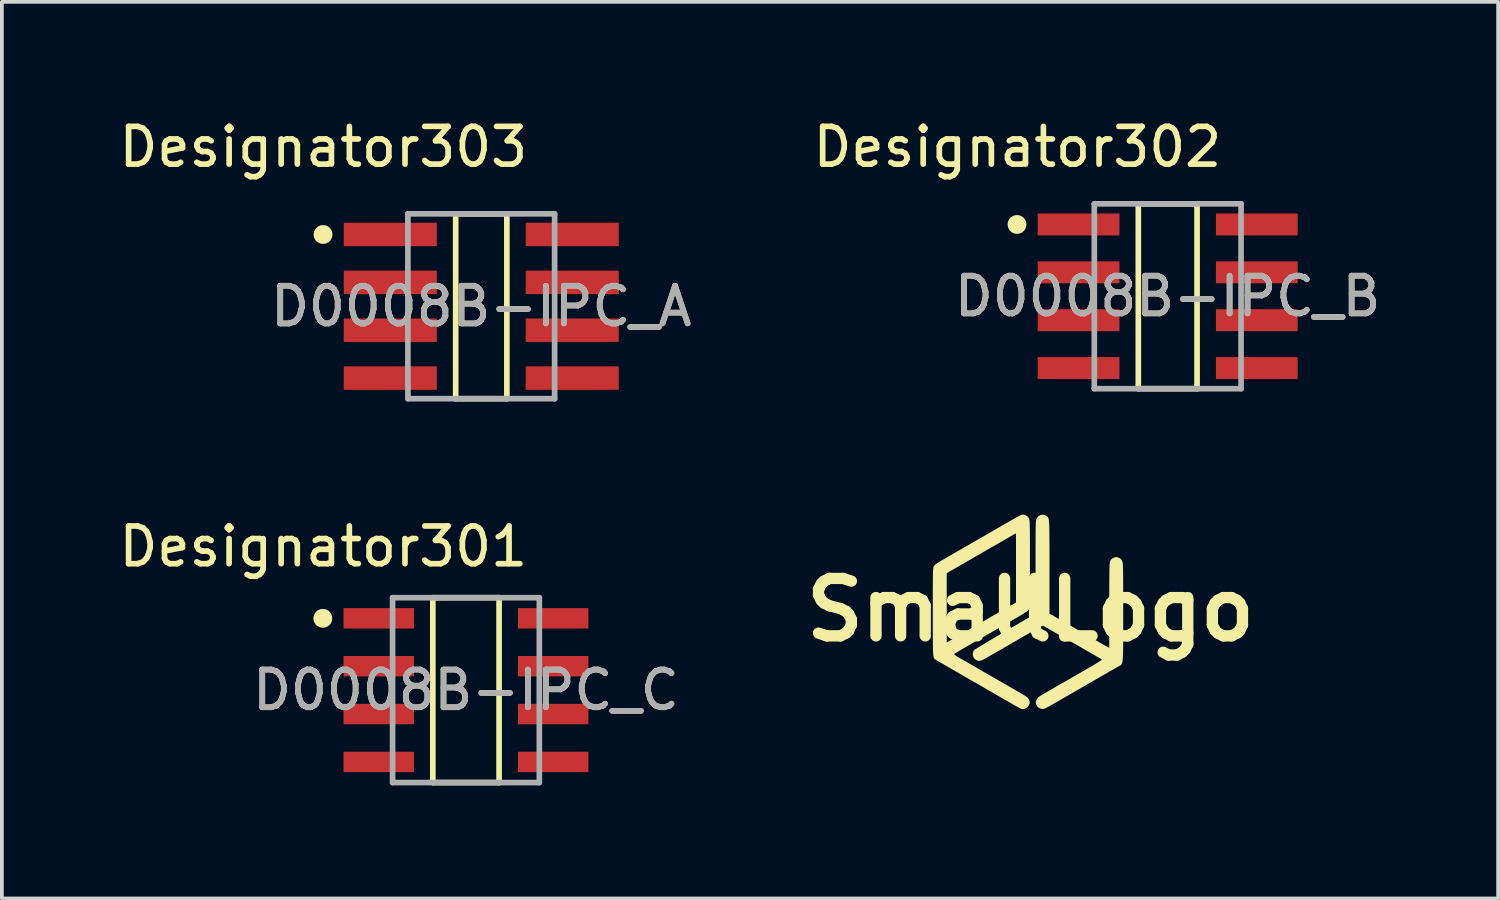
<source format=kicad_pcb>
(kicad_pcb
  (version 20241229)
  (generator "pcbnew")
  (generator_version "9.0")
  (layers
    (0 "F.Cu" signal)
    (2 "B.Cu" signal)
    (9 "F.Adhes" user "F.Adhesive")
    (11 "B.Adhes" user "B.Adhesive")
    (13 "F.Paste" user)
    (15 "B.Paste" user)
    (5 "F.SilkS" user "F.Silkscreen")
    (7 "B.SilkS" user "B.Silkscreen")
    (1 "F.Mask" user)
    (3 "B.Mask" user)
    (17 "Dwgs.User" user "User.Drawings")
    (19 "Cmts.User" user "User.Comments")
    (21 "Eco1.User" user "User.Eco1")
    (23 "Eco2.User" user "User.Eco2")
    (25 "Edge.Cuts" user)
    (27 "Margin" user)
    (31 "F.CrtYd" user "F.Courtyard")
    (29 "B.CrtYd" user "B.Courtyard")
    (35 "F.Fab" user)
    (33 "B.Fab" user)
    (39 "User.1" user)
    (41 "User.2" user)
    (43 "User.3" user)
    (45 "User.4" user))
  (footprint "D0008B-IPC_C"
    (layer "F.Cu")
    (at 9.314 15.262)
    (property "Reference" "D0008B-IPC_C" (at 0 0 0) (unlocked yes) (layer "F.SilkS") (effects (font (size 1 1) (thickness 0.15))))
    (attr smd)
    (fp_line (start -0.879 -2.453) (end 0.879 -2.453) (stroke (width 0.15) (type solid)) (layer "F.SilkS"))
    (fp_line (start -0.879 2.453) (end -0.879 -2.453) (stroke (width 0.15) (type solid)) (layer "F.SilkS"))
    (fp_line (start -0.879 2.453) (end 0.879 2.453) (stroke (width 0.15) (type solid)) (layer "F.SilkS"))
    (fp_line (start 0.879 2.453) (end 0.879 -2.453) (stroke (width 0.15) (type solid)) (layer "F.SilkS"))
    (fp_circle (center -3.798 -1.905) (end -3.673 -1.905) (stroke (width 0.25) (type solid)) (fill no) (layer "F.SilkS"))
    (fp_line (start -1.947 -2.453) (end 1.947 -2.453) (stroke (width 0.15) (type solid)) (layer "F.Fab"))
    (fp_line (start -1.947 2.453) (end -1.947 -2.453) (stroke (width 0.15) (type solid)) (layer "F.Fab"))
    (fp_line (start -1.947 2.453) (end 1.947 2.453) (stroke (width 0.15) (type solid)) (layer "F.Fab"))
    (fp_line (start 1.947 2.453) (end 1.947 -2.453) (stroke (width 0.15) (type solid)) (layer "F.Fab"))
    (fp_text user "Designator301" (at -3.785 -3.81 0) (unlocked yes) (layer "F.SilkS") (effects (font (size 1 1) (thickness 0.15))))
    (fp_text user "${REFERENCE}" (at 0 0 0) (unlocked yes) (layer "F.Fab") (effects (font (size 1 1) (thickness 0.15))))
    (pad "1" smd rect (at -2.314 -1.905) (size 1.869 0.542) (layers "F.Cu" "F.Mask" "F.Paste"))
    (pad "2" smd rect (at -2.314 -0.635) (size 1.869 0.542) (layers "F.Cu" "F.Mask" "F.Paste"))
    (pad "3" smd rect (at -2.314 0.635) (size 1.869 0.542) (layers "F.Cu" "F.Mask" "F.Paste"))
    (pad "4" smd rect (at -2.314 1.905) (size 1.869 0.542) (layers "F.Cu" "F.Mask" "F.Paste"))
    (pad "5" smd rect (at 2.314 1.905) (size 1.869 0.542) (layers "F.Cu" "F.Mask" "F.Paste"))
    (pad "6" smd rect (at 2.314 0.635) (size 1.869 0.542) (layers "F.Cu" "F.Mask" "F.Paste"))
    (pad "7" smd rect (at 2.314 -0.635) (size 1.869 0.542) (layers "F.Cu" "F.Mask" "F.Paste"))
    (pad "8" smd rect (at 2.314 -1.905) (size 1.869 0.542) (layers "F.Cu" "F.Mask" "F.Paste")))
  (footprint "D0008B-IPC_A"
    (layer "F.Cu")
    (at 9.72 5.077)
    (property "Reference" "D0008B-IPC_A" (at 0 0 0) (unlocked yes) (layer "F.SilkS") (effects (font (size 1 1) (thickness 0.15))))
    (attr smd)
    (fp_line (start -0.679 -2.453) (end 0.679 -2.453) (stroke (width 0.15) (type solid)) (layer "F.SilkS"))
    (fp_line (start -0.679 2.453) (end -0.679 -2.453) (stroke (width 0.15) (type solid)) (layer "F.SilkS"))
    (fp_line (start -0.679 2.453) (end 0.679 2.453) (stroke (width 0.15) (type solid)) (layer "F.SilkS"))
    (fp_line (start 0.679 2.453) (end 0.679 -2.453) (stroke (width 0.15) (type solid)) (layer "F.SilkS"))
    (fp_circle (center -4.198 -1.905) (end -4.073 -1.905) (stroke (width 0.25) (type solid)) (fill no) (layer "F.SilkS"))
    (fp_line (start -1.947 -2.453) (end 1.947 -2.453) (stroke (width 0.15) (type solid)) (layer "F.Fab"))
    (fp_line (start -1.947 2.453) (end -1.947 -2.453) (stroke (width 0.15) (type solid)) (layer "F.Fab"))
    (fp_line (start -1.947 2.453) (end 1.947 2.453) (stroke (width 0.15) (type solid)) (layer "F.Fab"))
    (fp_line (start 1.947 2.453) (end 1.947 -2.453) (stroke (width 0.15) (type solid)) (layer "F.Fab"))
    (fp_text user "Designator303" (at -4.19 -4.228 0) (unlocked yes) (layer "F.SilkS") (effects (font (size 1 1) (thickness 0.15))))
    (fp_text user "${REFERENCE}" (at 0 0 0) (unlocked yes) (layer "F.Fab") (effects (font (size 1 1) (thickness 0.15))))
    (pad "1" smd rect (at -2.414 -1.905) (size 2.469 0.622) (layers "F.Cu" "F.Mask" "F.Paste"))
    (pad "2" smd rect (at -2.414 -0.635) (size 2.469 0.622) (layers "F.Cu" "F.Mask" "F.Paste"))
    (pad "3" smd rect (at -2.414 0.635) (size 2.469 0.622) (layers "F.Cu" "F.Mask" "F.Paste"))
    (pad "4" smd rect (at -2.414 1.905) (size 2.469 0.622) (layers "F.Cu" "F.Mask" "F.Paste"))
    (pad "5" smd rect (at 2.414 1.905) (size 2.469 0.622) (layers "F.Cu" "F.Mask" "F.Paste"))
    (pad "6" smd rect (at 2.414 0.635) (size 2.469 0.622) (layers "F.Cu" "F.Mask" "F.Paste"))
    (pad "7" smd rect (at 2.414 -0.635) (size 2.469 0.622) (layers "F.Cu" "F.Mask" "F.Paste"))
    (pad "8" smd rect (at 2.414 -1.905) (size 2.469 0.622) (layers "F.Cu" "F.Mask" "F.Paste")))
  (footprint "SmallLogo"
    (layer "F.Cu")
    (at 24.294 13.133)
    (property "Reference" "SmallLogo" (at 0 0 0) (layer "F.SilkS") (effects (font (size 1.524 1.524) (thickness 0.3))))
    (attr board_only exclude_from_pos_files exclude_from_bom)
    (fp_poly (pts (xy -0.157 -2.524) (xy -0.099 -2.496) (xy -0.053 -2.451) (xy -0.041 -2.43) (xy -0.036 -2.419) (xy -0.032 -2.405) (xy -0.028 -2.385) (xy -0.025 -2.358) (xy -0.023 -2.322) (xy -0.021 -2.274) (xy -0.019 -2.213) (xy -0.018 -2.137) (xy -0.017 -2.044) (xy -0.016 -1.931) (xy -0.015 -1.796) (xy -0.015 -1.639) (xy -0.015 -1.455) (xy -0.015 -1.245) (xy -0.015 -1.223) (xy -0.015 -1.009) (xy -0.015 -0.823) (xy -0.015 -0.663) (xy -0.016 -0.527) (xy -0.016 -0.412) (xy -0.017 -0.317) (xy -0.019 -0.239) (xy -0.02 -0.176) (xy -0.022 -0.128) (xy -0.025 -0.09) (xy -0.028 -0.063) (xy -0.031 -0.043) (xy -0.036 -0.028) (xy -0.04 -0.016) (xy -0.041 -0.015) (xy -0.05 -0.001) (xy -0.066 0.016) (xy -0.09 0.036) (xy -0.124 0.06) (xy -0.172 0.091) (xy -0.236 0.131) (xy -0.317 0.179) (xy -0.42 0.239) (xy -0.545 0.311) (xy -0.571 0.326) (xy -0.801 0.458) (xy -1.006 0.577) (xy -1.189 0.682) (xy -1.35 0.774) (xy -1.489 0.855) (xy -1.61 0.924) (xy -1.712 0.983) (xy -1.797 1.032) (xy -1.866 1.073) (xy -1.921 1.104) (xy -1.962 1.129) (xy -1.991 1.146) (xy -2.01 1.157) (xy -2.018 1.163) (xy -2.026 1.171) (xy -2.021 1.183) (xy -2.002 1.2) (xy -1.965 1.225) (xy -1.907 1.26) (xy -1.863 1.285) (xy -1.773 1.337) (xy -1.662 1.402) (xy -1.533 1.476) (xy -1.391 1.558) (xy -1.24 1.646) (xy -1.083 1.736) (xy -0.925 1.827) (xy -0.769 1.917) (xy -0.621 2.002) (xy -0.484 2.081) (xy -0.446 2.103) (xy -0.338 2.165) (xy -0.252 2.215) (xy -0.186 2.255) (xy -0.137 2.286) (xy -0.102 2.31) (xy -0.077 2.33) (xy -0.061 2.348) (xy -0.05 2.365) (xy -0.041 2.384) (xy -0.024 2.425) (xy -0.02 2.455) (xy -0.027 2.488) (xy -0.037 2.515) (xy -0.061 2.563) (xy -0.093 2.593) (xy -0.124 2.609) (xy -0.168 2.628) (xy -0.198 2.635) (xy -0.226 2.631) (xy -0.255 2.621) (xy -0.278 2.61) (xy -0.323 2.586) (xy -0.386 2.551) (xy -0.463 2.508) (xy -0.552 2.457) (xy -0.647 2.403) (xy -0.655 2.398) (xy -0.739 2.35) (xy -0.844 2.289) (xy -0.968 2.218) (xy -1.104 2.139) (xy -1.25 2.054) (xy -1.402 1.967) (xy -1.556 1.879) (xy -1.706 1.792) (xy -1.749 1.767) (xy -1.885 1.689) (xy -2.013 1.615) (xy -2.133 1.546) (xy -2.241 1.483) (xy -2.334 1.429) (xy -2.411 1.385) (xy -2.469 1.351) (xy -2.505 1.33) (xy -2.517 1.323) (xy -2.53 1.315) (xy -2.542 1.306) (xy -2.553 1.294) (xy -2.562 1.278) (xy -2.569 1.256) (xy -2.575 1.226) (xy -2.58 1.185) (xy -2.584 1.132) (xy -2.587 1.065) (xy -2.59 0.982) (xy -2.591 0.882) (xy -2.591 0.862) (xy -2.223 0.862) (xy -2.16 0.826) (xy -2.131 0.81) (xy -2.081 0.781) (xy -2.012 0.742) (xy -1.929 0.694) (xy -1.836 0.64) (xy -1.735 0.582) (xy -1.697 0.56) (xy -1.58 0.493) (xy -1.457 0.421) (xy -1.332 0.349) (xy -1.213 0.281) (xy -1.107 0.22) (xy -1.023 0.17) (xy -0.926 0.115) (xy -0.824 0.056) (xy -0.725 -0.001) (xy -0.636 -0.053) (xy -0.567 -0.092) (xy -0.385 -0.196) (xy -0.385 -2.031) (xy -0.419 -2.014) (xy -0.44 -2.002) (xy -0.484 -1.977) (xy -0.545 -1.942) (xy -0.621 -1.898) (xy -0.706 -1.849) (xy -0.785 -1.803) (xy -1.026 -1.665) (xy -1.244 -1.539) (xy -1.441 -1.425) (xy -1.615 -1.325) (xy -1.766 -1.238) (xy -1.893 -1.164) (xy -1.997 -1.105) (xy -2.076 -1.059) (xy -2.131 -1.028) (xy -2.16 -1.011) (xy -2.223 -0.976) (xy -2.223 0.862) (xy -2.591 0.862) (xy -2.592 0.761) (xy -2.593 0.618) (xy -2.593 0.451) (xy -2.593 0.258) (xy -2.593 0.049) (xy -2.593 -0.164) (xy -2.593 -0.35) (xy -2.593 -0.51) (xy -2.592 -0.646) (xy -2.592 -0.76) (xy -2.591 -0.856) (xy -2.589 -0.933) (xy -2.588 -0.995) (xy -2.586 -1.044) (xy -2.583 -1.081) (xy -2.58 -1.108) (xy -2.577 -1.128) (xy -2.573 -1.143) (xy -2.568 -1.154) (xy -2.567 -1.155) (xy -2.553 -1.177) (xy -2.53 -1.2) (xy -2.494 -1.228) (xy -2.441 -1.262) (xy -2.369 -1.305) (xy -2.312 -1.338) (xy -2.223 -1.389) (xy -2.114 -1.452) (xy -1.987 -1.526) (xy -1.846 -1.607) (xy -1.697 -1.693) (xy -1.542 -1.782) (xy -1.387 -1.871) (xy -1.235 -1.959) (xy -1.091 -2.042) (xy -1.067 -2.056) (xy -0.98 -2.106) (xy -0.875 -2.167) (xy -0.763 -2.232) (xy -0.651 -2.296) (xy -0.55 -2.355) (xy -0.464 -2.404) (xy -0.384 -2.448) (xy -0.315 -2.485) (xy -0.26 -2.511) (xy -0.225 -2.526) (xy -0.217 -2.529)) (stroke (width 0) (type solid)) (fill yes) (layer "F.SilkS"))
    (fp_poly (pts (xy 0.389 -2.512) (xy 0.425 -2.494) (xy 0.438 -2.485) (xy 0.45 -2.475) (xy 0.461 -2.464) (xy 0.47 -2.448) (xy 0.477 -2.426) (xy 0.484 -2.396) (xy 0.489 -2.356) (xy 0.493 -2.305) (xy 0.497 -2.24) (xy 0.499 -2.16) (xy 0.501 -2.062) (xy 0.502 -1.945) (xy 0.503 -1.806) (xy 0.504 -1.645) (xy 0.504 -1.459) (xy 0.504 -1.246) (xy 0.504 0.099) (xy 1.263 0.536) (xy 1.402 0.616) (xy 1.533 0.692) (xy 1.655 0.762) (xy 1.765 0.825) (xy 1.861 0.88) (xy 1.94 0.926) (xy 2.001 0.96) (xy 2.041 0.983) (xy 2.056 0.991) (xy 2.089 1.009) (xy 2.09 -0.114) (xy 2.09 -0.324) (xy 2.09 -0.506) (xy 2.09 -0.663) (xy 2.091 -0.796) (xy 2.092 -0.908) (xy 2.093 -1) (xy 2.094 -1.075) (xy 2.096 -1.136) (xy 2.098 -1.183) (xy 2.1 -1.219) (xy 2.103 -1.246) (xy 2.107 -1.267) (xy 2.111 -1.282) (xy 2.116 -1.295) (xy 2.118 -1.299) (xy 2.144 -1.343) (xy 2.18 -1.371) (xy 2.211 -1.385) (xy 2.254 -1.399) (xy 2.285 -1.402) (xy 2.319 -1.392) (xy 2.34 -1.384) (xy 2.389 -1.358) (xy 2.42 -1.321) (xy 2.432 -1.298) (xy 2.437 -1.286) (xy 2.441 -1.272) (xy 2.444 -1.255) (xy 2.448 -1.231) (xy 2.45 -1.199) (xy 2.453 -1.157) (xy 2.454 -1.104) (xy 2.456 -1.036) (xy 2.457 -0.954) (xy 2.458 -0.854) (xy 2.459 -0.734) (xy 2.459 -0.593) (xy 2.459 -0.429) (xy 2.46 -0.24) (xy 2.46 -0.024) (xy 2.46 0.059) (xy 2.46 0.292) (xy 2.46 0.496) (xy 2.46 0.675) (xy 2.46 0.83) (xy 2.459 0.962) (xy 2.457 1.074) (xy 2.455 1.168) (xy 2.452 1.245) (xy 2.447 1.307) (xy 2.442 1.356) (xy 2.434 1.394) (xy 2.425 1.423) (xy 2.414 1.444) (xy 2.402 1.46) (xy 2.387 1.472) (xy 2.369 1.482) (xy 2.349 1.493) (xy 2.327 1.505) (xy 2.327 1.505) (xy 2.249 1.549) (xy 2.151 1.605) (xy 2.041 1.668) (xy 1.925 1.735) (xy 1.809 1.802) (xy 1.699 1.865) (xy 1.602 1.921) (xy 1.526 1.964) (xy 1.423 2.024) (xy 1.312 2.089) (xy 1.195 2.156) (xy 1.077 2.224) (xy 0.959 2.292) (xy 0.846 2.357) (xy 0.74 2.418) (xy 0.643 2.473) (xy 0.56 2.521) (xy 0.493 2.559) (xy 0.444 2.586) (xy 0.418 2.601) (xy 0.415 2.602) (xy 0.352 2.626) (xy 0.297 2.628) (xy 0.243 2.61) (xy 0.198 2.583) (xy 0.17 2.547) (xy 0.156 2.516) (xy 0.142 2.473) (xy 0.139 2.442) (xy 0.149 2.407) (xy 0.155 2.392) (xy 0.183 2.345) (xy 0.221 2.306) (xy 0.226 2.302) (xy 0.238 2.295) (xy 0.253 2.286) (xy 0.273 2.273) (xy 0.301 2.257) (xy 0.337 2.236) (xy 0.383 2.209) (xy 0.442 2.175) (xy 0.514 2.133) (xy 0.601 2.083) (xy 0.705 2.022) (xy 0.828 1.951) (xy 0.972 1.869) (xy 1.137 1.774) (xy 1.326 1.665) (xy 1.374 1.637) (xy 1.507 1.561) (xy 1.617 1.497) (xy 1.704 1.445) (xy 1.772 1.404) (xy 1.822 1.373) (xy 1.857 1.349) (xy 1.878 1.332) (xy 1.888 1.321) (xy 1.888 1.313) (xy 1.885 1.311) (xy 1.866 1.3) (xy 1.825 1.275) (xy 1.764 1.24) (xy 1.685 1.194) (xy 1.593 1.141) (xy 1.488 1.081) (xy 1.375 1.015) (xy 1.256 0.947) (xy 1.134 0.877) (xy 1.011 0.806) (xy 0.89 0.737) (xy 0.774 0.67) (xy 0.666 0.609) (xy 0.569 0.553) (xy 0.484 0.505) (xy 0.416 0.466) (xy 0.366 0.438) (xy 0.338 0.423) (xy 0.333 0.42) (xy 0.317 0.426) (xy 0.277 0.446) (xy 0.217 0.478) (xy 0.138 0.521) (xy 0.042 0.575) (xy -0.068 0.637) (xy -0.189 0.707) (xy -0.321 0.782) (xy -0.46 0.863) (xy -0.468 0.868) (xy -0.608 0.95) (xy -0.743 1.028) (xy -0.868 1.1) (xy -0.983 1.165) (xy -1.084 1.223) (xy -1.169 1.271) (xy -1.236 1.308) (xy -1.282 1.332) (xy -1.306 1.343) (xy -1.306 1.343) (xy -1.37 1.353) (xy -1.429 1.338) (xy -1.477 1.305) (xy -1.513 1.258) (xy -1.532 1.202) (xy -1.531 1.144) (xy -1.508 1.087) (xy -1.487 1.061) (xy -1.468 1.047) (xy -1.425 1.02) (xy -1.362 0.981) (xy -1.28 0.931) (xy -1.181 0.871) (xy -1.069 0.804) (xy -0.945 0.731) (xy -0.811 0.652) (xy -0.671 0.57) (xy -0.659 0.563) (xy 0.133 0.101) (xy 0.134 -1.131) (xy 0.134 -1.352) (xy 0.134 -1.544) (xy 0.134 -1.711) (xy 0.135 -1.854) (xy 0.135 -1.976) (xy 0.136 -2.077) (xy 0.137 -2.161) (xy 0.139 -2.229) (xy 0.141 -2.283) (xy 0.143 -2.325) (xy 0.146 -2.357) (xy 0.149 -2.381) (xy 0.153 -2.399) (xy 0.157 -2.413) (xy 0.162 -2.424) (xy 0.202 -2.48) (xy 0.257 -2.515) (xy 0.322 -2.526)) (stroke (width 0) (type solid)) (fill yes) (layer "F.SilkS")))
  (footprint "D0008B-IPC_B"
    (layer "F.Cu")
    (at 27.934 4.811)
    (property "Reference" "D0008B-IPC_B" (at 0 0 0) (unlocked yes) (layer "F.SilkS") (effects (font (size 1 1) (thickness 0.15))))
    (attr smd)
    (fp_line (start -0.779 -2.453) (end 0.779 -2.453) (stroke (width 0.15) (type solid)) (layer "F.SilkS"))
    (fp_line (start -0.779 2.453) (end -0.779 -2.453) (stroke (width 0.15) (type solid)) (layer "F.SilkS"))
    (fp_line (start -0.779 2.453) (end 0.779 2.453) (stroke (width 0.15) (type solid)) (layer "F.SilkS"))
    (fp_line (start 0.779 2.453) (end 0.779 -2.453) (stroke (width 0.15) (type solid)) (layer "F.SilkS"))
    (fp_circle (center -3.998 -1.905) (end -3.873 -1.905) (stroke (width 0.25) (type solid)) (fill no) (layer "F.SilkS"))
    (fp_line (start -1.947 -2.453) (end 1.947 -2.453) (stroke (width 0.15) (type solid)) (layer "F.Fab"))
    (fp_line (start -1.947 2.453) (end -1.947 -2.453) (stroke (width 0.15) (type solid)) (layer "F.Fab"))
    (fp_line (start -1.947 2.453) (end 1.947 2.453) (stroke (width 0.15) (type solid)) (layer "F.Fab"))
    (fp_line (start 1.947 2.453) (end 1.947 -2.453) (stroke (width 0.15) (type solid)) (layer "F.Fab"))
    (fp_text user "Designator302" (at -3.988 -3.962 0) (unlocked yes) (layer "F.SilkS") (effects (font (size 1 1) (thickness 0.15))))
    (fp_text user "${REFERENCE}" (at 0 0 0) (unlocked yes) (layer "F.Fab") (effects (font (size 1 1) (thickness 0.15))))
    (pad "1" smd rect (at -2.364 -1.905) (size 2.169 0.582) (layers "F.Cu" "F.Mask" "F.Paste"))
    (pad "2" smd rect (at -2.364 -0.635) (size 2.169 0.582) (layers "F.Cu" "F.Mask" "F.Paste"))
    (pad "3" smd rect (at -2.364 0.635) (size 2.169 0.582) (layers "F.Cu" "F.Mask" "F.Paste"))
    (pad "4" smd rect (at -2.364 1.905) (size 2.169 0.582) (layers "F.Cu" "F.Mask" "F.Paste"))
    (pad "5" smd rect (at 2.364 1.905) (size 2.169 0.582) (layers "F.Cu" "F.Mask" "F.Paste"))
    (pad "6" smd rect (at 2.364 0.635) (size 2.169 0.582) (layers "F.Cu" "F.Mask" "F.Paste"))
    (pad "7" smd rect (at 2.364 -0.635) (size 2.169 0.582) (layers "F.Cu" "F.Mask" "F.Paste"))
    (pad "8" smd rect (at 2.364 -1.905) (size 2.169 0.582) (layers "F.Cu" "F.Mask" "F.Paste")))
  (gr_rect
    (start -3 -3)
    (end 36.702 20.79)
    (stroke (width 0.1) (type default))
    (fill no)
    (layer "Edge.Cuts")))
</source>
